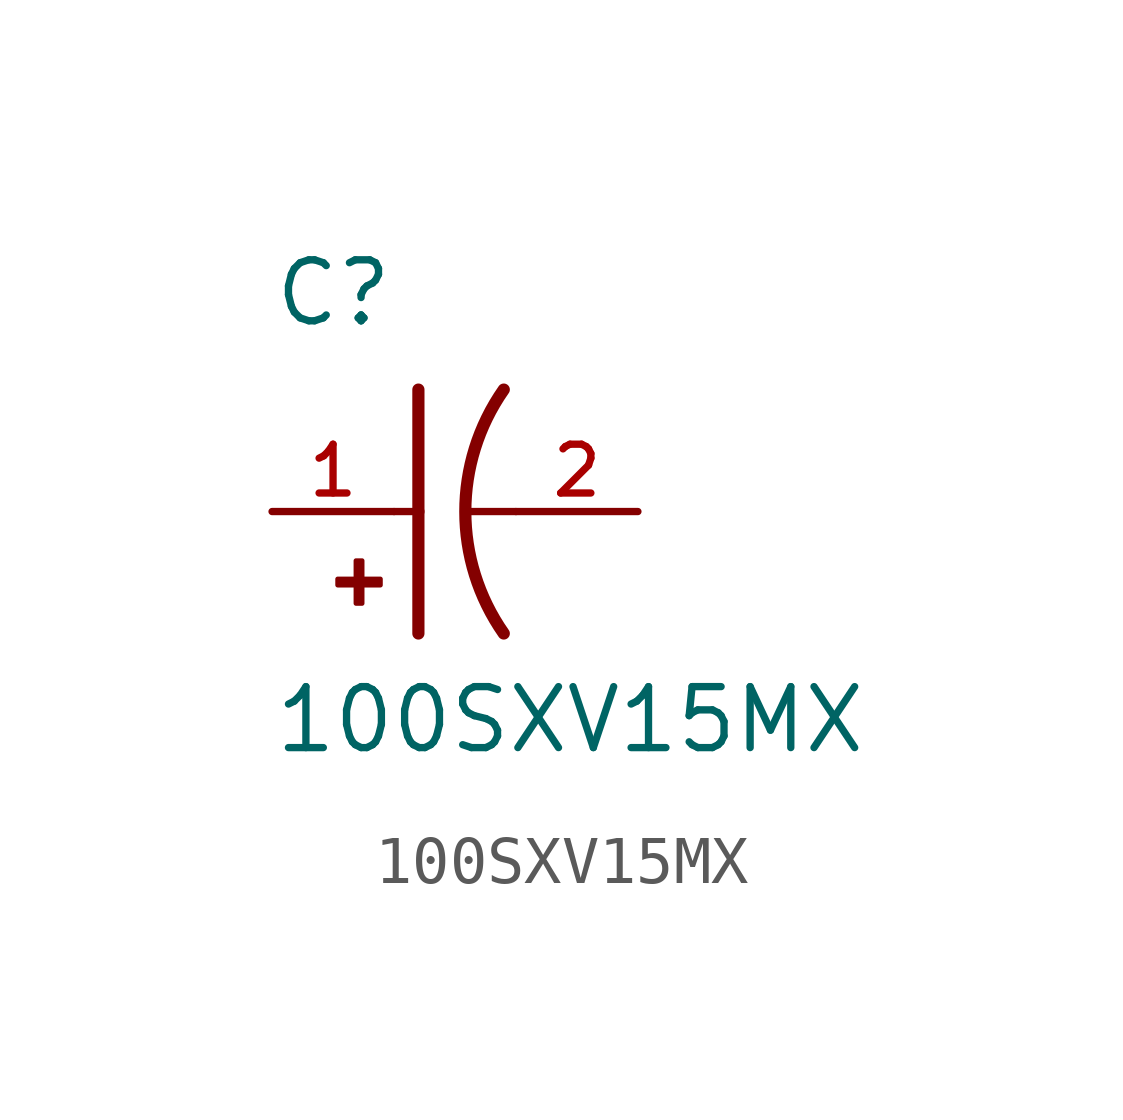
<source format=kicad_sym>
(kicad_symbol_lib
  (version 20211014)
  (generator kicad_symbol_editor)
  (symbol "100SXV15MX"
    (pin_names
      (offset 1.016))
    (property "Reference" "C"
      (at -2.54 3.81 0)
      (effects (font (size 1.27 1.27)) (justify bottom left)))
    (property "Value" "100SXV15MX"
      (at -2.54 -5.08 0)
      (effects (font (size 1.27 1.27)) (justify bottom left)))
    (symbol "100SXV15MX_0_0"
      (arc (start 2.286 -2.54) (mid 1.4851 -0.0) (end 2.286 2.54) (stroke (width 0.254) (type default) (color 0 0 0 0)) (fill (type none)))
      (polyline (pts (xy 0.508 2.54) (xy 0.508 0.0)) (stroke (width 0.254)))
      (rectangle (start -1.173 -1.532) (end -0.284 -1.405) (stroke (width 0.1)) (fill (type outline)))
      (rectangle (start -0.792 -1.913) (end -0.665 -1.024) (stroke (width 0.1)) (fill (type outline)))
      (polyline (pts (xy 0.508 0.0) (xy 0.508 -2.54)) (stroke (width 0.254)))
      (polyline (pts (xy 0.0 0.0) (xy 0.508 0.0)) (stroke (width 0.152)))
      (polyline (pts (xy 2.54 0.0) (xy 1.524 0.0)) (stroke (width 0.152)))
      (pin passive line (at -2.54 0.0 0) (length 2.54) (name "~" (effects (font (size 1.016 1.016)))) (number "1" (effects (font (size 1.016 1.016)))))
      (pin passive line (at 5.08 0.0 180.0) (length 2.54) (name "~" (effects (font (size 1.016 1.016)))) (number "2" (effects (font (size 1.016 1.016))))))))
</source>
